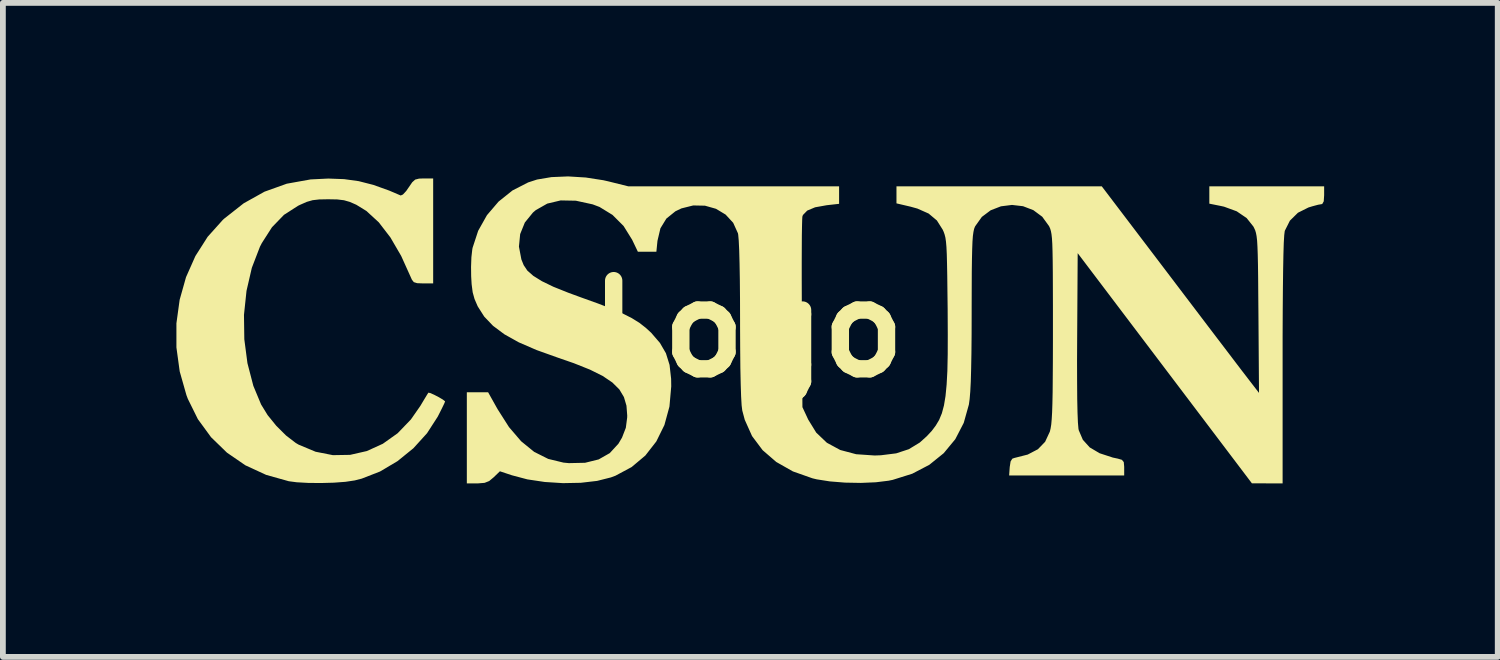
<source format=kicad_pcb>
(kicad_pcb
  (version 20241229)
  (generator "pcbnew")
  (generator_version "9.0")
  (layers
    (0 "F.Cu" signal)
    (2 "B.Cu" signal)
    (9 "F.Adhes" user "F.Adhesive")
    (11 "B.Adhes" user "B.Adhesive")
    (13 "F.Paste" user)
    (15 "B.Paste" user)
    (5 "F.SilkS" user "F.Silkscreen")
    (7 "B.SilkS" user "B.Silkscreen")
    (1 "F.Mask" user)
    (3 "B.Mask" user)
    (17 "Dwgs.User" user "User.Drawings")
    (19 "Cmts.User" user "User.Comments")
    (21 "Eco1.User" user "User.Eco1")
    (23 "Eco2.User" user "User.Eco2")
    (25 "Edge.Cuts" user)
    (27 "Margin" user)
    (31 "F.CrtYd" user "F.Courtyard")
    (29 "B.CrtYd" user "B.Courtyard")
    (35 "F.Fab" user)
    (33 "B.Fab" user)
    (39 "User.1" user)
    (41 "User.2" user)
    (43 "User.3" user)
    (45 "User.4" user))
  (footprint "Logo"
    (layer "F.Cu")
    (at 9.882 2.637)
    (property "Reference" "Logo" (at 0 0 0) (layer "F.SilkS") (effects (font (size 1.524 1.524) (thickness 0.3))))
    (attr board_only exclude_from_pos_files exclude_from_bom)
    (fp_poly (pts (xy -5.443 -0.787) (xy -5.615 -0.787) (xy -5.719 -0.791) (xy -5.778 -0.809) (xy -5.811 -0.852) (xy -5.824 -0.881) (xy -5.996 -1.262) (xy -6.183 -1.583) (xy -6.384 -1.844) (xy -6.598 -2.04) (xy -6.772 -2.147) (xy -6.884 -2.196) (xy -6.985 -2.225) (xy -7.102 -2.239) (xy -7.258 -2.242) (xy -7.413 -2.239) (xy -7.527 -2.226) (xy -7.628 -2.197) (xy -7.744 -2.146) (xy -7.779 -2.129) (xy -8.022 -1.973) (xy -8.23 -1.758) (xy -8.405 -1.485) (xy -8.438 -1.421) (xy -8.578 -1.057) (xy -8.67 -0.659) (xy -8.714 -0.243) (xy -8.708 0.179) (xy -8.654 0.592) (xy -8.552 0.984) (xy -8.418 1.306) (xy -8.305 1.49) (xy -8.155 1.675) (xy -7.987 1.842) (xy -7.819 1.971) (xy -7.77 2) (xy -7.476 2.123) (xy -7.177 2.182) (xy -6.879 2.177) (xy -6.589 2.111) (xy -6.313 1.985) (xy -6.057 1.803) (xy -5.828 1.565) (xy -5.665 1.331) (xy -5.601 1.224) (xy -5.552 1.143) (xy -5.527 1.103) (xy -5.526 1.102) (xy -5.494 1.108) (xy -5.426 1.138) (xy -5.345 1.18) (xy -5.276 1.221) (xy -5.239 1.25) (xy -5.237 1.254) (xy -5.252 1.291) (xy -5.292 1.374) (xy -5.348 1.485) (xy -5.365 1.518) (xy -5.549 1.803) (xy -5.785 2.063) (xy -6.06 2.286) (xy -6.362 2.465) (xy -6.678 2.588) (xy -6.799 2.619) (xy -6.959 2.643) (xy -7.161 2.658) (xy -7.384 2.664) (xy -7.605 2.662) (xy -7.802 2.651) (xy -7.939 2.633) (xy -8.331 2.523) (xy -8.689 2.358) (xy -9.008 2.139) (xy -9.283 1.872) (xy -9.511 1.56) (xy -9.685 1.208) (xy -9.709 1.144) (xy -9.825 0.735) (xy -9.882 0.319) (xy -9.882 -0.097) (xy -9.826 -0.504) (xy -9.716 -0.895) (xy -9.554 -1.26) (xy -9.342 -1.593) (xy -9.081 -1.884) (xy -9.056 -1.907) (xy -8.719 -2.172) (xy -8.359 -2.373) (xy -7.974 -2.511) (xy -7.562 -2.585) (xy -7.257 -2.6) (xy -6.983 -2.59) (xy -6.73 -2.555) (xy -6.476 -2.49) (xy -6.203 -2.392) (xy -6.004 -2.307) (xy -5.966 -2.324) (xy -5.909 -2.385) (xy -5.867 -2.446) (xy -5.805 -2.536) (xy -5.754 -2.582) (xy -5.687 -2.599) (xy -5.605 -2.602) (xy -5.443 -2.602)) (stroke (width 0) (type solid)) (fill yes) (layer "F.SilkS"))
    (fp_poly (pts (xy -2.804 -2.618) (xy -2.501 -2.571) (xy -2.413 -2.551) (xy -2.071 -2.466) (xy -0.248 -2.465) (xy 1.575 -2.465) (xy 1.575 -2.163) (xy 1.361 -2.139) (xy 1.16 -2.103) (xy 1.024 -2.046) (xy 0.95 -1.97) (xy 0.94 -1.942) (xy 0.937 -1.893) (xy 0.934 -1.783) (xy 0.931 -1.618) (xy 0.93 -1.406) (xy 0.929 -1.155) (xy 0.929 -0.87) (xy 0.93 -0.56) (xy 0.931 -0.257) (xy 0.941 1.352) (xy 1.041 1.567) (xy 1.18 1.793) (xy 1.364 1.968) (xy 1.595 2.093) (xy 1.87 2.166) (xy 2.19 2.188) (xy 2.298 2.184) (xy 2.562 2.151) (xy 2.781 2.079) (xy 2.97 1.964) (xy 3.091 1.855) (xy 3.176 1.764) (xy 3.246 1.671) (xy 3.305 1.572) (xy 3.352 1.458) (xy 3.388 1.323) (xy 3.415 1.16) (xy 3.434 0.964) (xy 3.447 0.726) (xy 3.453 0.44) (xy 3.454 0.1) (xy 3.452 -0.301) (xy 3.452 -0.334) (xy 3.448 -0.657) (xy 3.445 -0.919) (xy 3.441 -1.128) (xy 3.437 -1.291) (xy 3.431 -1.416) (xy 3.423 -1.509) (xy 3.413 -1.579) (xy 3.399 -1.634) (xy 3.383 -1.679) (xy 3.367 -1.715) (xy 3.266 -1.875) (xy 3.123 -1.995) (xy 2.929 -2.081) (xy 2.81 -2.114) (xy 2.567 -2.171) (xy 2.567 -2.465) (xy 6.117 -2.465) (xy 7.294 -0.916) (xy 7.517 -0.622) (xy 7.733 -0.338) (xy 7.937 -0.069) (xy 8.125 0.178) (xy 8.292 0.397) (xy 8.434 0.584) (xy 8.546 0.731) (xy 8.624 0.832) (xy 8.653 0.87) (xy 8.835 1.106) (xy 8.825 -0.26) (xy 8.822 -0.602) (xy 8.82 -0.882) (xy 8.817 -1.108) (xy 8.813 -1.286) (xy 8.808 -1.423) (xy 8.802 -1.527) (xy 8.793 -1.604) (xy 8.782 -1.661) (xy 8.769 -1.705) (xy 8.752 -1.742) (xy 8.738 -1.77) (xy 8.621 -1.917) (xy 8.449 -2.034) (xy 8.23 -2.114) (xy 8.17 -2.127) (xy 7.976 -2.166) (xy 7.976 -2.465) (xy 9.961 -2.465) (xy 9.961 -2.311) (xy 9.954 -2.206) (xy 9.928 -2.16) (xy 9.914 -2.157) (xy 9.856 -2.147) (xy 9.759 -2.121) (xy 9.69 -2.1) (xy 9.508 -2.009) (xy 9.369 -1.872) (xy 9.282 -1.699) (xy 9.279 -1.687) (xy 9.271 -1.621) (xy 9.263 -1.488) (xy 9.257 -1.29) (xy 9.252 -1.028) (xy 9.248 -0.704) (xy 9.245 -0.319) (xy 9.243 0.125) (xy 9.243 0.556) (xy 9.243 2.67) (xy 8.977 2.67) (xy 8.712 2.669) (xy 5.7 -1.31) (xy 5.691 0.153) (xy 5.689 0.563) (xy 5.69 0.917) (xy 5.692 1.212) (xy 5.697 1.446) (xy 5.704 1.617) (xy 5.713 1.723) (xy 5.718 1.75) (xy 5.789 1.916) (xy 5.908 2.048) (xy 6.079 2.149) (xy 6.308 2.224) (xy 6.393 2.242) (xy 6.465 2.263) (xy 6.497 2.302) (xy 6.504 2.383) (xy 6.504 2.399) (xy 6.504 2.533) (xy 4.515 2.533) (xy 4.525 2.388) (xy 4.54 2.291) (xy 4.57 2.243) (xy 4.604 2.231) (xy 4.836 2.172) (xy 5.012 2.08) (xy 5.137 1.951) (xy 5.217 1.779) (xy 5.22 1.771) (xy 5.232 1.719) (xy 5.243 1.651) (xy 5.251 1.56) (xy 5.258 1.44) (xy 5.263 1.286) (xy 5.267 1.091) (xy 5.269 0.849) (xy 5.271 0.554) (xy 5.272 0.201) (xy 5.272 -0.025) (xy 5.272 -0.401) (xy 5.271 -0.715) (xy 5.27 -0.972) (xy 5.268 -1.18) (xy 5.265 -1.345) (xy 5.261 -1.472) (xy 5.255 -1.568) (xy 5.247 -1.64) (xy 5.237 -1.692) (xy 5.225 -1.733) (xy 5.21 -1.767) (xy 5.204 -1.779) (xy 5.087 -1.94) (xy 4.933 -2.054) (xy 4.755 -2.122) (xy 4.564 -2.144) (xy 4.373 -2.12) (xy 4.195 -2.051) (xy 4.043 -1.937) (xy 3.929 -1.777) (xy 3.923 -1.766) (xy 3.909 -1.729) (xy 3.898 -1.678) (xy 3.888 -1.607) (xy 3.881 -1.51) (xy 3.876 -1.378) (xy 3.872 -1.207) (xy 3.869 -0.988) (xy 3.868 -0.716) (xy 3.867 -0.384) (xy 3.867 -0.303) (xy 3.866 0.088) (xy 3.863 0.417) (xy 3.858 0.688) (xy 3.852 0.907) (xy 3.843 1.081) (xy 3.832 1.213) (xy 3.819 1.307) (xy 3.73 1.624) (xy 3.584 1.906) (xy 3.384 2.148) (xy 3.135 2.349) (xy 2.84 2.503) (xy 2.503 2.609) (xy 2.43 2.624) (xy 2.21 2.651) (xy 1.952 2.662) (xy 1.679 2.657) (xy 1.416 2.636) (xy 1.187 2.6) (xy 1.113 2.582) (xy 0.776 2.463) (xy 0.489 2.3) (xy 0.253 2.096) (xy 0.07 1.852) (xy -0.056 1.571) (xy -0.099 1.41) (xy -0.11 1.321) (xy -0.119 1.166) (xy -0.126 0.949) (xy -0.132 0.672) (xy -0.135 0.34) (xy -0.137 -0.046) (xy -0.137 -0.147) (xy -0.138 -0.525) (xy -0.141 -0.856) (xy -0.146 -1.136) (xy -0.152 -1.36) (xy -0.16 -1.526) (xy -0.169 -1.628) (xy -0.174 -1.654) (xy -0.256 -1.835) (xy -0.387 -1.977) (xy -0.553 -2.077) (xy -0.744 -2.131) (xy -0.947 -2.135) (xy -1.151 -2.084) (xy -1.255 -2.034) (xy -1.411 -1.908) (xy -1.514 -1.74) (xy -1.564 -1.528) (xy -1.565 -1.524) (xy -1.584 -1.335) (xy -1.904 -1.335) (xy -2.003 -1.542) (xy -2.151 -1.78) (xy -2.342 -1.971) (xy -2.567 -2.109) (xy -2.686 -2.154) (xy -2.976 -2.217) (xy -3.238 -2.222) (xy -3.47 -2.167) (xy -3.669 -2.054) (xy -3.718 -2.012) (xy -3.858 -1.84) (xy -3.939 -1.64) (xy -3.96 -1.423) (xy -3.918 -1.202) (xy -3.878 -1.103) (xy -3.815 -1.009) (xy -3.712 -0.918) (xy -3.564 -0.826) (xy -3.364 -0.729) (xy -3.107 -0.626) (xy -2.889 -0.546) (xy -2.594 -0.44) (xy -2.355 -0.348) (xy -2.162 -0.265) (xy -2.007 -0.186) (xy -1.878 -0.106) (xy -1.768 -0.02) (xy -1.674 0.066) (xy -1.523 0.241) (xy -1.419 0.42) (xy -1.356 0.622) (xy -1.329 0.862) (xy -1.327 0.993) (xy -1.358 1.342) (xy -1.445 1.661) (xy -1.585 1.945) (xy -1.775 2.189) (xy -2.012 2.388) (xy -2.292 2.538) (xy -2.37 2.567) (xy -2.608 2.627) (xy -2.891 2.66) (xy -3.199 2.666) (xy -3.513 2.646) (xy -3.814 2.601) (xy -4.082 2.53) (xy -4.289 2.461) (xy -4.397 2.565) (xy -4.475 2.63) (xy -4.554 2.661) (xy -4.664 2.67) (xy -4.683 2.67) (xy -4.861 2.67) (xy -4.861 1.095) (xy -4.493 1.095) (xy -4.33 1.386) (xy -4.132 1.697) (xy -3.922 1.942) (xy -3.697 2.125) (xy -3.454 2.247) (xy -3.19 2.311) (xy -3.097 2.32) (xy -2.817 2.314) (xy -2.582 2.256) (xy -2.39 2.147) (xy -2.24 1.984) (xy -2.178 1.879) (xy -2.112 1.709) (xy -2.089 1.533) (xy -2.088 1.498) (xy -2.101 1.327) (xy -2.145 1.178) (xy -2.224 1.046) (xy -2.345 0.926) (xy -2.512 0.813) (xy -2.731 0.704) (xy -3.009 0.593) (xy -3.286 0.497) (xy -3.655 0.365) (xy -3.962 0.232) (xy -4.211 0.093) (xy -4.408 -0.054) (xy -4.56 -0.213) (xy -4.672 -0.389) (xy -4.678 -0.402) (xy -4.728 -0.518) (xy -4.76 -0.634) (xy -4.778 -0.773) (xy -4.786 -0.909) (xy -4.788 -1.075) (xy -4.782 -1.239) (xy -4.767 -1.372) (xy -4.762 -1.401) (xy -4.665 -1.697) (xy -4.513 -1.967) (xy -4.312 -2.202) (xy -4.072 -2.394) (xy -3.801 -2.533) (xy -3.647 -2.583) (xy -3.398 -2.625) (xy -3.11 -2.637)) (stroke (width 0) (type solid)) (fill yes) (layer "F.SilkS")))
  (gr_rect
    (start -3 -3)
    (end 22.844 8.307)
    (stroke (width 0.1) (type default))
    (fill no)
    (layer "Edge.Cuts")))
</source>
